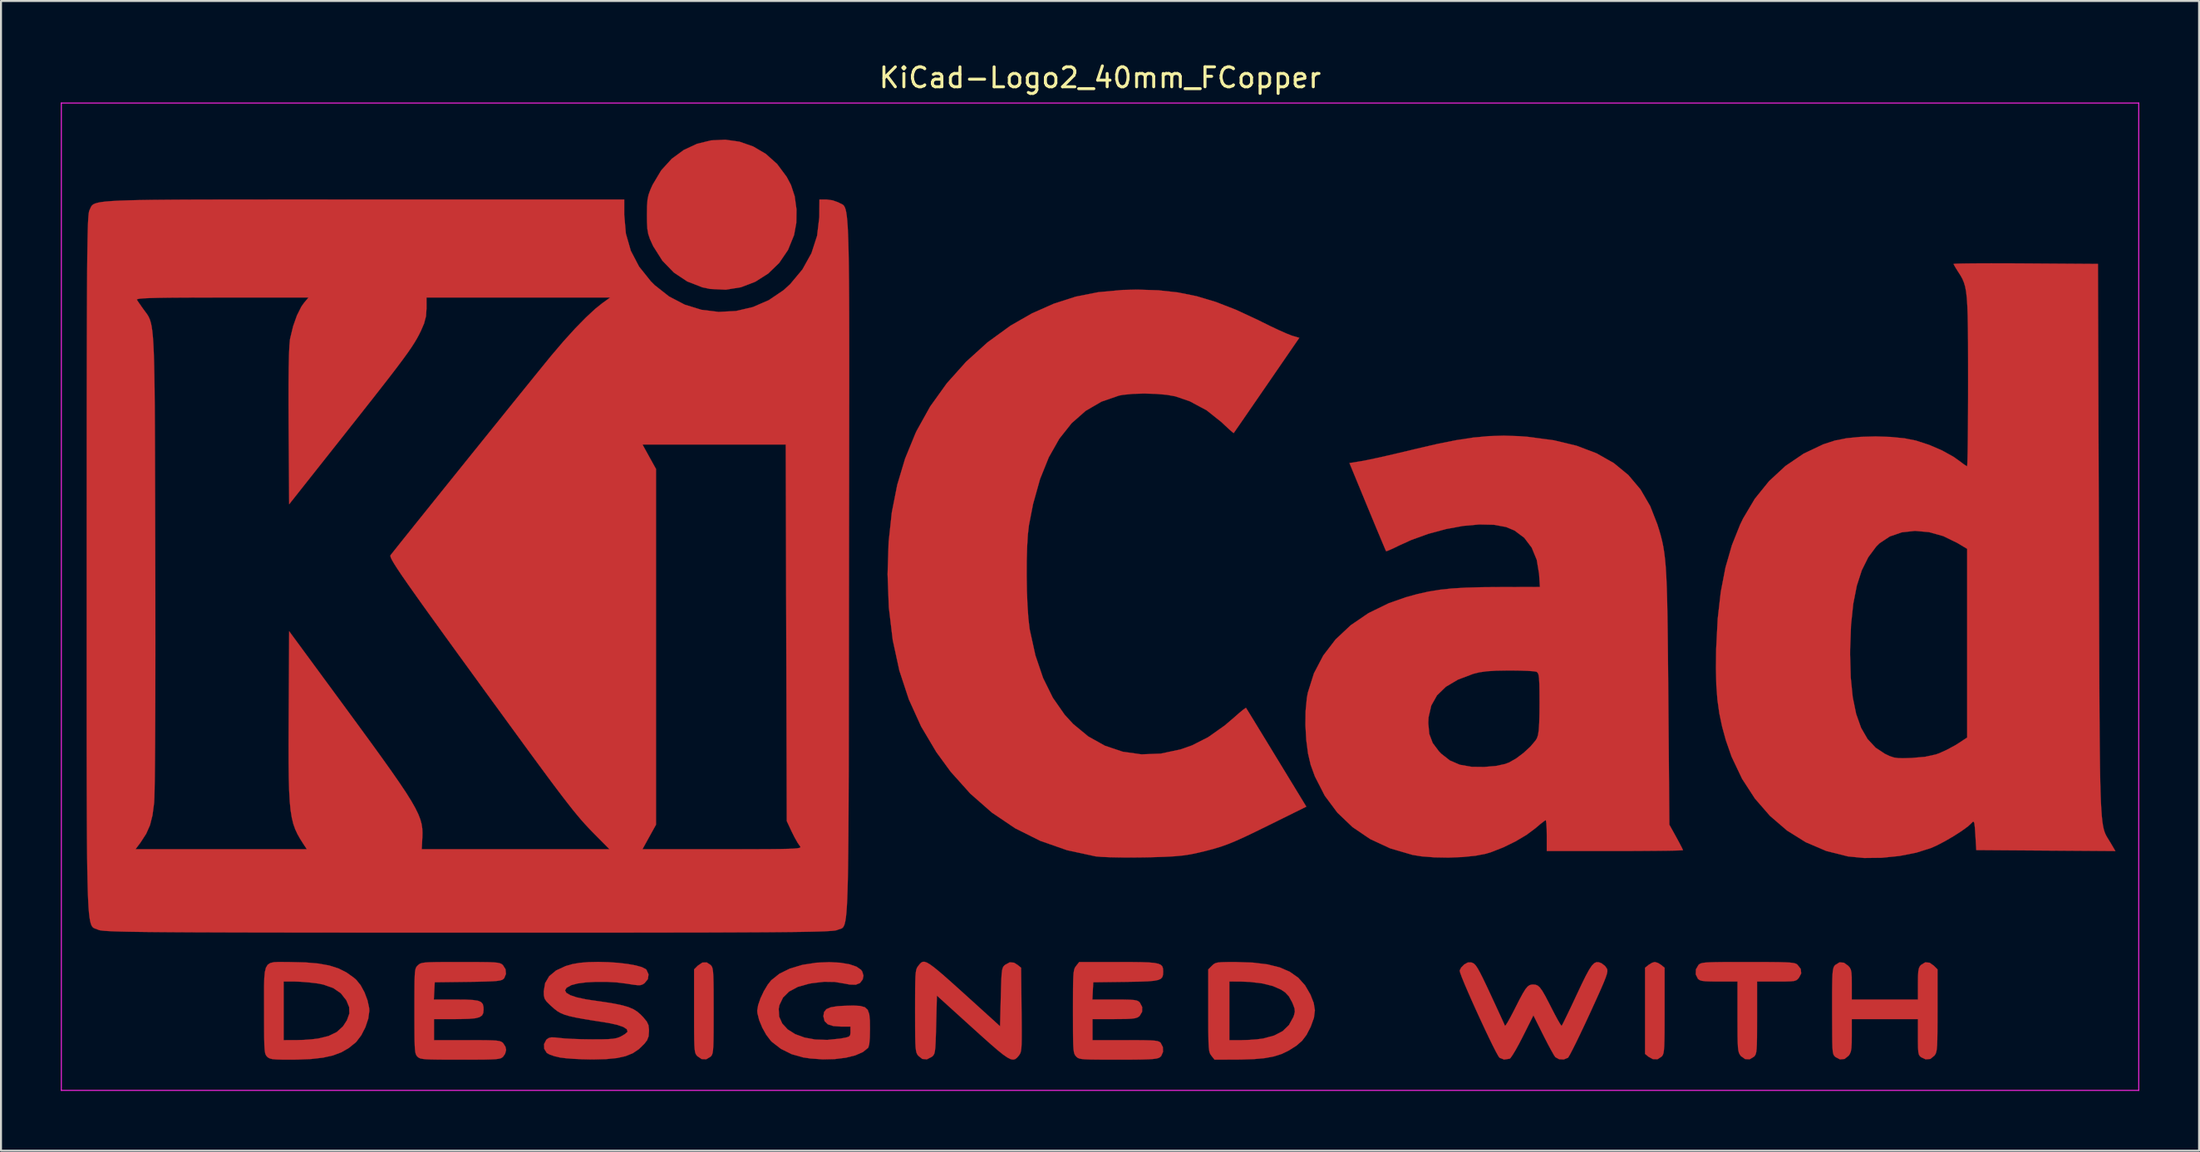
<source format=kicad_pcb>
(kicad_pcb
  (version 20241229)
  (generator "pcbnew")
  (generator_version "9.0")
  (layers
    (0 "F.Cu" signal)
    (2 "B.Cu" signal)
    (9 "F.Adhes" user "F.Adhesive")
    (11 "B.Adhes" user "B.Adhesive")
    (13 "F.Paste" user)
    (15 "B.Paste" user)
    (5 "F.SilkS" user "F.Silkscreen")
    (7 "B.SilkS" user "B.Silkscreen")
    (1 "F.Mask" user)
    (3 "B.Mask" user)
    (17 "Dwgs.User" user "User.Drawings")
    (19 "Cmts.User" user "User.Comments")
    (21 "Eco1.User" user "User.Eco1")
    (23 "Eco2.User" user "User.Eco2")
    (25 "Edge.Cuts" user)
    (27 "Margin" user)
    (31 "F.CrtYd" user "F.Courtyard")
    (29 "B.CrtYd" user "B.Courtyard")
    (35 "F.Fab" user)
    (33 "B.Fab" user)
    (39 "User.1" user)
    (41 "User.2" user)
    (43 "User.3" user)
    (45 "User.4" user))
  (footprint "KiCad-Logo2_40mm_FCopper"
    (layer "F.Cu")
    (at 52.095 23.708)
    (property "Reference" "KiCad-Logo2_40mm_FCopper" (at 0 -22.86 0) (layer "F.SilkS") (effects (font (size 1 1) (thickness 0.15))))
    (attr exclude_from_pos_files exclude_from_bom)
    (fp_poly (pts (xy 27.966 21.545) (xy 28.124 21.644) (xy 28.302 21.788) (xy 28.302 23.935) (xy 28.301 24.563) (xy 28.299 25.057) (xy 28.293 25.436) (xy 28.284 25.717) (xy 28.269 25.917) (xy 28.249 26.054) (xy 28.221 26.146) (xy 28.184 26.209) (xy 28.158 26.24) (xy 27.948 26.377) (xy 27.709 26.371) (xy 27.5 26.255) (xy 27.322 26.11) (xy 27.322 21.788) (xy 27.5 21.644) (xy 27.672 21.539) (xy 27.812 21.5) (xy 27.966 21.545)) (stroke (width 0.01) (type solid)) (fill yes) (layer "F.Cu"))
    (fp_poly (pts (xy -19.521 21.65) (xy -19.477 21.701) (xy -19.443 21.766) (xy -19.417 21.863) (xy -19.398 22.01) (xy -19.385 22.225) (xy -19.377 22.523) (xy -19.372 22.924) (xy -19.371 23.444) (xy -19.37 23.949) (xy -19.371 24.576) (xy -19.373 25.069) (xy -19.378 25.447) (xy -19.387 25.726) (xy -19.401 25.924) (xy -19.421 26.059) (xy -19.449 26.148) (xy -19.486 26.209) (xy -19.521 26.248) (xy -19.741 26.379) (xy -19.976 26.368) (xy -20.186 26.224) (xy -20.235 26.168) (xy -20.272 26.103) (xy -20.301 26.012) (xy -20.321 25.875) (xy -20.335 25.675) (xy -20.344 25.395) (xy -20.348 25.016) (xy -20.35 24.521) (xy -20.35 23.96) (xy -20.35 21.87) (xy -20.165 21.685) (xy -19.937 21.529) (xy -19.716 21.523) (xy -19.521 21.65)) (stroke (width 0.01) (type solid)) (fill yes) (layer "F.Cu"))
    (fp_poly (pts (xy -18.076 -19.651) (xy -17.392 -19.413) (xy -16.756 -19.04) (xy -16.187 -18.531) (xy -15.708 -17.886) (xy -15.493 -17.48) (xy -15.306 -16.911) (xy -15.216 -16.254) (xy -15.226 -15.579) (xy -15.337 -14.968) (xy -15.641 -14.22) (xy -16.081 -13.572) (xy -16.635 -13.035) (xy -17.282 -12.624) (xy -17.998 -12.349) (xy -18.761 -12.225) (xy -19.549 -12.263) (xy -19.938 -12.345) (xy -20.695 -12.64) (xy -21.367 -13.089) (xy -21.938 -13.679) (xy -22.393 -14.397) (xy -22.431 -14.475) (xy -22.564 -14.769) (xy -22.647 -15.017) (xy -22.693 -15.278) (xy -22.711 -15.613) (xy -22.714 -15.977) (xy -22.709 -16.415) (xy -22.686 -16.732) (xy -22.634 -16.987) (xy -22.541 -17.243) (xy -22.426 -17.496) (xy -21.998 -18.213) (xy -21.47 -18.793) (xy -20.864 -19.237) (xy -20.201 -19.545) (xy -19.501 -19.716) (xy -18.786 -19.751) (xy -18.076 -19.651)) (stroke (width 0.01) (type solid)) (fill yes) (layer "F.Cu"))
    (fp_poly (pts (xy 33.136 21.5) (xy 33.662 21.503) (xy 34.07 21.508) (xy 34.376 21.517) (xy 34.599 21.53) (xy 34.753 21.549) (xy 34.856 21.574) (xy 34.924 21.607) (xy 34.957 21.631) (xy 35.128 21.849) (xy 35.149 22.074) (xy 35.043 22.279) (xy 34.974 22.361) (xy 34.9 22.417) (xy 34.792 22.452) (xy 34.622 22.47) (xy 34.363 22.478) (xy 33.986 22.479) (xy 33.911 22.479) (xy 32.937 22.479) (xy 32.937 24.288) (xy 32.936 24.858) (xy 32.934 25.297) (xy 32.927 25.624) (xy 32.915 25.857) (xy 32.896 26.017) (xy 32.869 26.123) (xy 32.833 26.194) (xy 32.786 26.248) (xy 32.566 26.38) (xy 32.337 26.37) (xy 32.129 26.219) (xy 32.113 26.2) (xy 32.064 26.129) (xy 32.026 26.046) (xy 31.998 25.931) (xy 31.979 25.764) (xy 31.967 25.524) (xy 31.96 25.192) (xy 31.958 24.747) (xy 31.957 24.24) (xy 31.957 22.479) (xy 31.027 22.479) (xy 30.628 22.477) (xy 30.351 22.466) (xy 30.17 22.444) (xy 30.056 22.407) (xy 29.981 22.351) (xy 29.972 22.342) (xy 29.862 22.12) (xy 29.872 21.869) (xy 29.998 21.65) (xy 30.046 21.608) (xy 30.109 21.574) (xy 30.202 21.548) (xy 30.343 21.529) (xy 30.548 21.516) (xy 30.834 21.507) (xy 31.217 21.502) (xy 31.714 21.5) (xy 32.343 21.5) (xy 32.477 21.5) (xy 33.136 21.5)) (stroke (width 0.01) (type solid)) (fill yes) (layer "F.Cu"))
    (fp_poly (pts (xy 41.587 21.536) (xy 41.797 21.685) (xy 41.982 21.87) (xy 41.982 23.936) (xy 41.981 24.549) (xy 41.979 25.03) (xy 41.973 25.397) (xy 41.964 25.668) (xy 41.948 25.861) (xy 41.926 25.995) (xy 41.896 26.088) (xy 41.856 26.158) (xy 41.825 26.2) (xy 41.62 26.364) (xy 41.385 26.382) (xy 41.169 26.281) (xy 41.098 26.222) (xy 41.051 26.143) (xy 41.022 26.016) (xy 41.007 25.812) (xy 41.002 25.503) (xy 41.002 25.264) (xy 41.002 24.364) (xy 37.685 24.364) (xy 37.685 25.183) (xy 37.682 25.557) (xy 37.668 25.814) (xy 37.639 25.988) (xy 37.589 26.112) (xy 37.529 26.2) (xy 37.323 26.364) (xy 37.09 26.383) (xy 36.866 26.267) (xy 36.805 26.206) (xy 36.762 26.125) (xy 36.734 25.999) (xy 36.717 25.803) (xy 36.708 25.511) (xy 36.704 25.099) (xy 36.704 25.004) (xy 36.7 24.227) (xy 36.699 23.587) (xy 36.699 23.069) (xy 36.703 22.66) (xy 36.709 22.345) (xy 36.72 22.11) (xy 36.736 21.942) (xy 36.758 21.825) (xy 36.785 21.746) (xy 36.819 21.692) (xy 36.856 21.65) (xy 37.069 21.518) (xy 37.291 21.536) (xy 37.5 21.685) (xy 37.585 21.78) (xy 37.639 21.886) (xy 37.669 22.037) (xy 37.683 22.267) (xy 37.685 22.613) (xy 37.685 22.627) (xy 37.685 23.384) (xy 41.002 23.384) (xy 41.002 22.592) (xy 41.005 22.228) (xy 41.019 21.982) (xy 41.048 21.822) (xy 41.097 21.716) (xy 41.153 21.65) (xy 41.365 21.518) (xy 41.587 21.536)) (stroke (width 0.01) (type solid)) (fill yes) (layer "F.Cu"))
    (fp_poly (pts (xy 6.799 21.501) (xy 7.66 21.53) (xy 8.392 21.618) (xy 9.008 21.771) (xy 9.519 21.994) (xy 9.938 22.291) (xy 10.277 22.669) (xy 10.547 23.133) (xy 10.552 23.144) (xy 10.713 23.559) (xy 10.771 23.926) (xy 10.724 24.296) (xy 10.573 24.718) (xy 10.545 24.782) (xy 10.35 25.158) (xy 10.131 25.448) (xy 9.848 25.695) (xy 9.462 25.94) (xy 9.44 25.953) (xy 9.104 26.114) (xy 8.724 26.235) (xy 8.276 26.319) (xy 7.735 26.37) (xy 7.078 26.393) (xy 6.845 26.395) (xy 5.739 26.399) (xy 5.583 26.2) (xy 5.537 26.135) (xy 5.5 26.059) (xy 5.473 25.953) (xy 5.454 25.8) (xy 5.441 25.581) (xy 5.436 25.419) (xy 6.482 25.419) (xy 7.109 25.419) (xy 7.476 25.408) (xy 7.852 25.38) (xy 8.161 25.34) (xy 8.18 25.337) (xy 8.729 25.189) (xy 9.154 24.968) (xy 9.47 24.663) (xy 9.69 24.263) (xy 9.728 24.157) (xy 9.766 23.992) (xy 9.75 23.829) (xy 9.671 23.612) (xy 9.623 23.505) (xy 9.467 23.222) (xy 9.28 23.023) (xy 9.073 22.885) (xy 8.659 22.704) (xy 8.13 22.574) (xy 7.513 22.499) (xy 7.066 22.482) (xy 6.482 22.479) (xy 6.482 25.419) (xy 5.436 25.419) (xy 5.433 25.278) (xy 5.428 24.873) (xy 5.427 24.347) (xy 5.427 23.936) (xy 5.427 21.87) (xy 5.612 21.685) (xy 5.694 21.61) (xy 5.783 21.558) (xy 5.907 21.526) (xy 6.094 21.509) (xy 6.374 21.502) (xy 6.775 21.501) (xy 6.799 21.501)) (stroke (width 0.01) (type solid)) (fill yes) (layer "F.Cu"))
    (fp_poly (pts (xy -40.87 21.5) (xy -40.606 21.502) (xy -39.834 21.521) (xy -39.187 21.576) (xy -38.643 21.674) (xy -38.181 21.821) (xy -37.779 22.022) (xy -37.413 22.284) (xy -37.283 22.397) (xy -37.067 22.663) (xy -36.871 23.024) (xy -36.721 23.424) (xy -36.639 23.807) (xy -36.63 23.949) (xy -36.684 24.342) (xy -36.827 24.771) (xy -37.035 25.177) (xy -37.281 25.501) (xy -37.321 25.54) (xy -37.66 25.814) (xy -38.031 26.029) (xy -38.455 26.188) (xy -38.954 26.299) (xy -39.55 26.367) (xy -40.264 26.396) (xy -40.59 26.399) (xy -41.006 26.397) (xy -41.298 26.388) (xy -41.494 26.37) (xy -41.622 26.338) (xy -41.709 26.29) (xy -41.755 26.248) (xy -41.799 26.197) (xy -41.834 26.132) (xy -41.86 26.035) (xy -41.879 25.888) (xy -41.892 25.674) (xy -41.9 25.375) (xy -41.904 24.974) (xy -41.906 24.454) (xy -41.906 23.949) (xy -41.908 23.275) (xy -41.908 22.737) (xy -41.901 22.479) (xy -40.926 22.479) (xy -40.926 25.419) (xy -40.305 25.418) (xy -39.93 25.408) (xy -39.539 25.38) (xy -39.212 25.341) (xy -39.202 25.34) (xy -38.673 25.212) (xy -38.263 25.013) (xy -37.952 24.73) (xy -37.753 24.423) (xy -37.631 24.083) (xy -37.641 23.764) (xy -37.783 23.422) (xy -38.06 23.067) (xy -38.444 22.805) (xy -38.943 22.63) (xy -39.276 22.568) (xy -39.655 22.524) (xy -40.056 22.492) (xy -40.397 22.479) (xy -40.418 22.479) (xy -40.926 22.479) (xy -41.901 22.479) (xy -41.897 22.319) (xy -41.869 22.007) (xy -41.814 21.785) (xy -41.726 21.638) (xy -41.595 21.551) (xy -41.414 21.509) (xy -41.175 21.497) (xy -40.87 21.5)) (stroke (width 0.01) (type solid)) (fill yes) (layer "F.Cu"))
    (fp_poly (pts (xy -8.68 21.529) (xy -8.523 21.621) (xy -8.317 21.772) (xy -8.052 21.989) (xy -7.718 22.278) (xy -7.303 22.648) (xy -6.797 23.104) (xy -6.218 23.629) (xy -5.012 24.723) (xy -4.974 23.255) (xy -4.961 22.75) (xy -4.948 22.374) (xy -4.932 22.105) (xy -4.911 21.921) (xy -4.882 21.802) (xy -4.842 21.724) (xy -4.788 21.667) (xy -4.759 21.643) (xy -4.528 21.517) (xy -4.309 21.535) (xy -4.135 21.644) (xy -3.957 21.788) (xy -3.935 23.89) (xy -3.929 24.509) (xy -3.926 24.995) (xy -3.927 25.366) (xy -3.933 25.641) (xy -3.945 25.838) (xy -3.965 25.974) (xy -3.993 26.069) (xy -4.031 26.139) (xy -4.072 26.196) (xy -4.162 26.301) (xy -4.252 26.371) (xy -4.354 26.397) (xy -4.48 26.374) (xy -4.643 26.292) (xy -4.856 26.145) (xy -5.13 25.925) (xy -5.478 25.625) (xy -5.914 25.237) (xy -6.407 24.791) (xy -8.178 23.185) (xy -8.215 24.648) (xy -8.229 25.152) (xy -8.242 25.527) (xy -8.258 25.796) (xy -8.279 25.978) (xy -8.308 26.097) (xy -8.349 26.175) (xy -8.403 26.232) (xy -8.431 26.255) (xy -8.678 26.382) (xy -8.911 26.363) (xy -9.114 26.2) (xy -9.161 26.135) (xy -9.197 26.058) (xy -9.224 25.952) (xy -9.244 25.799) (xy -9.257 25.579) (xy -9.265 25.275) (xy -9.269 24.868) (xy -9.27 24.34) (xy -9.271 23.949) (xy -9.27 23.338) (xy -9.268 22.859) (xy -9.262 22.494) (xy -9.253 22.225) (xy -9.237 22.033) (xy -9.215 21.9) (xy -9.184 21.808) (xy -9.144 21.738) (xy -9.114 21.698) (xy -9.039 21.604) (xy -8.969 21.533) (xy -8.892 21.492) (xy -8.8 21.488) (xy -8.68 21.529)) (stroke (width 0.01) (type solid)) (fill yes) (layer "F.Cu"))
    (fp_poly (pts (xy -13.02 21.536) (xy -12.562 21.613) (xy -12.211 21.733) (xy -11.982 21.89) (xy -11.92 21.979) (xy -11.857 22.188) (xy -11.899 22.376) (xy -12.034 22.555) (xy -12.243 22.639) (xy -12.546 22.632) (xy -12.781 22.587) (xy -13.302 22.5) (xy -13.835 22.492) (xy -14.432 22.562) (xy -14.596 22.592) (xy -15.151 22.748) (xy -15.585 22.981) (xy -15.893 23.286) (xy -16.071 23.659) (xy -16.108 23.852) (xy -16.084 24.243) (xy -15.928 24.59) (xy -15.655 24.884) (xy -15.279 25.12) (xy -14.814 25.29) (xy -14.273 25.389) (xy -13.673 25.408) (xy -13.025 25.342) (xy -12.989 25.336) (xy -12.731 25.288) (xy -12.589 25.241) (xy -12.527 25.173) (xy -12.512 25.058) (xy -12.512 24.997) (xy -12.512 24.741) (xy -12.969 24.741) (xy -13.372 24.713) (xy -13.648 24.625) (xy -13.808 24.468) (xy -13.866 24.236) (xy -13.867 24.206) (xy -13.833 24.007) (xy -13.717 23.865) (xy -13.5 23.772) (xy -13.164 23.717) (xy -12.84 23.697) (xy -12.368 23.685) (xy -12.026 23.703) (xy -11.792 23.768) (xy -11.647 23.898) (xy -11.569 24.113) (xy -11.537 24.429) (xy -11.532 24.845) (xy -11.541 25.308) (xy -11.569 25.624) (xy -11.617 25.792) (xy -11.626 25.805) (xy -11.886 26.016) (xy -12.267 26.183) (xy -12.745 26.302) (xy -13.295 26.37) (xy -13.895 26.384) (xy -14.519 26.34) (xy -14.886 26.286) (xy -15.461 26.123) (xy -15.996 25.857) (xy -16.444 25.511) (xy -16.512 25.442) (xy -16.733 25.151) (xy -16.933 24.791) (xy -17.088 24.414) (xy -17.174 24.071) (xy -17.185 23.94) (xy -17.14 23.665) (xy -17.022 23.323) (xy -16.854 22.964) (xy -16.657 22.635) (xy -16.483 22.416) (xy -16.076 22.09) (xy -15.549 21.83) (xy -14.923 21.643) (xy -14.215 21.534) (xy -13.567 21.507) (xy -13.02 21.536)) (stroke (width 0.01) (type solid)) (fill yes) (layer "F.Cu"))
    (fp_poly (pts (xy 1.538 21.501) (xy 2.048 21.507) (xy 2.438 21.521) (xy 2.726 21.547) (xy 2.926 21.588) (xy 3.054 21.647) (xy 3.126 21.727) (xy 3.158 21.833) (xy 3.166 21.966) (xy 3.166 21.982) (xy 3.159 22.133) (xy 3.127 22.25) (xy 3.053 22.338) (xy 2.92 22.4) (xy 2.71 22.442) (xy 2.405 22.469) (xy 1.989 22.485) (xy 1.444 22.494) (xy 1.277 22.497) (xy -0.339 22.517) (xy -0.362 22.95) (xy -0.384 23.384) (xy 0.738 23.384) (xy 1.177 23.385) (xy 1.49 23.392) (xy 1.703 23.407) (xy 1.841 23.434) (xy 1.93 23.474) (xy 1.995 23.532) (xy 1.995 23.532) (xy 2.112 23.757) (xy 2.108 23.999) (xy 1.985 24.206) (xy 1.961 24.227) (xy 1.874 24.282) (xy 1.756 24.32) (xy 1.579 24.344) (xy 1.318 24.358) (xy 0.946 24.363) (xy 0.708 24.364) (xy -0.377 24.364) (xy -0.377 25.419) (xy 1.27 25.419) (xy 1.813 25.42) (xy 2.226 25.424) (xy 2.528 25.432) (xy 2.739 25.446) (xy 2.879 25.468) (xy 2.968 25.5) (xy 3.026 25.541) (xy 3.041 25.557) (xy 3.149 25.767) (xy 3.157 26.007) (xy 3.068 26.215) (xy 2.998 26.281) (xy 2.925 26.318) (xy 2.812 26.346) (xy 2.641 26.368) (xy 2.395 26.382) (xy 2.055 26.392) (xy 1.603 26.397) (xy 1.022 26.399) (xy 0.891 26.399) (xy 0.3 26.398) (xy -0.159 26.396) (xy -0.504 26.391) (xy -0.753 26.381) (xy -0.927 26.365) (xy -1.042 26.341) (xy -1.118 26.308) (xy -1.173 26.265) (xy -1.203 26.234) (xy -1.248 26.179) (xy -1.284 26.11) (xy -1.311 26.011) (xy -1.33 25.863) (xy -1.343 25.648) (xy -1.351 25.348) (xy -1.355 24.946) (xy -1.356 24.423) (xy -1.357 23.983) (xy -1.356 23.366) (xy -1.354 22.882) (xy -1.349 22.512) (xy -1.339 22.239) (xy -1.324 22.043) (xy -1.302 21.907) (xy -1.273 21.813) (xy -1.234 21.743) (xy -1.2 21.698) (xy -1.044 21.5) (xy 0.893 21.5) (xy 1.538 21.501)) (stroke (width 0.01) (type solid)) (fill yes) (layer "F.Cu"))
    (fp_poly (pts (xy -31.465 21.5) (xy -31.002 21.503) (xy -30.652 21.508) (xy -30.397 21.519) (xy -30.219 21.535) (xy -30.099 21.559) (xy -30.018 21.591) (xy -29.958 21.634) (xy -29.936 21.653) (xy -29.804 21.861) (xy -29.781 22.099) (xy -29.868 22.31) (xy -29.908 22.353) (xy -29.973 22.395) (xy -30.077 22.427) (xy -30.241 22.451) (xy -30.483 22.468) (xy -30.823 22.481) (xy -31.28 22.491) (xy -31.698 22.497) (xy -33.352 22.517) (xy -33.374 22.95) (xy -33.397 23.384) (xy -32.274 23.384) (xy -31.787 23.388) (xy -31.43 23.406) (xy -31.184 23.444) (xy -31.028 23.511) (xy -30.942 23.613) (xy -30.907 23.759) (xy -30.902 23.894) (xy -30.919 24.06) (xy -30.981 24.182) (xy -31.109 24.267) (xy -31.321 24.322) (xy -31.636 24.351) (xy -32.074 24.363) (xy -32.313 24.364) (xy -33.389 24.364) (xy -33.389 25.419) (xy -31.731 25.419) (xy -31.188 25.42) (xy -30.775 25.423) (xy -30.472 25.431) (xy -30.259 25.444) (xy -30.115 25.466) (xy -30.021 25.497) (xy -29.955 25.539) (xy -29.922 25.57) (xy -29.808 25.749) (xy -29.772 25.909) (xy -29.824 26.104) (xy -29.922 26.248) (xy -29.975 26.293) (xy -30.042 26.329) (xy -30.144 26.355) (xy -30.296 26.374) (xy -30.519 26.386) (xy -30.83 26.394) (xy -31.247 26.397) (xy -31.789 26.399) (xy -32.07 26.399) (xy -32.672 26.398) (xy -33.142 26.396) (xy -33.497 26.39) (xy -33.756 26.38) (xy -33.938 26.364) (xy -34.059 26.341) (xy -34.139 26.31) (xy -34.196 26.269) (xy -34.218 26.248) (xy -34.262 26.197) (xy -34.297 26.132) (xy -34.323 26.034) (xy -34.342 25.887) (xy -34.355 25.672) (xy -34.363 25.372) (xy -34.367 24.97) (xy -34.369 24.448) (xy -34.369 23.962) (xy -34.369 23.34) (xy -34.367 22.851) (xy -34.363 22.477) (xy -34.355 22.201) (xy -34.341 22.006) (xy -34.321 21.873) (xy -34.293 21.785) (xy -34.255 21.725) (xy -34.207 21.675) (xy -34.195 21.663) (xy -34.137 21.614) (xy -34.07 21.575) (xy -33.974 21.547) (xy -33.833 21.526) (xy -33.626 21.513) (xy -33.335 21.505) (xy -32.941 21.501) (xy -32.426 21.5) (xy -32.061 21.5) (xy -31.465 21.5)) (stroke (width 0.01) (type solid)) (fill yes) (layer "F.Cu"))
    (fp_poly (pts (xy 25.001 21.513) (xy 25.132 21.559) (xy 25.137 21.562) (xy 25.315 21.697) (xy 25.413 21.837) (xy 25.432 21.902) (xy 25.431 21.989) (xy 25.404 22.113) (xy 25.345 22.289) (xy 25.249 22.532) (xy 25.108 22.859) (xy 24.918 23.284) (xy 24.673 23.823) (xy 24.538 24.118) (xy 24.293 24.644) (xy 24.064 25.127) (xy 23.859 25.551) (xy 23.686 25.897) (xy 23.554 26.148) (xy 23.472 26.285) (xy 23.456 26.304) (xy 23.249 26.388) (xy 23.015 26.377) (xy 22.827 26.275) (xy 22.82 26.267) (xy 22.745 26.154) (xy 22.62 25.933) (xy 22.459 25.634) (xy 22.279 25.285) (xy 22.214 25.156) (xy 21.726 24.177) (xy 21.193 25.241) (xy 21.003 25.608) (xy 20.827 25.927) (xy 20.678 26.172) (xy 20.573 26.32) (xy 20.537 26.351) (xy 20.258 26.394) (xy 20.029 26.304) (xy 19.961 26.209) (xy 19.844 25.997) (xy 19.687 25.689) (xy 19.5 25.307) (xy 19.293 24.87) (xy 19.074 24.4) (xy 18.853 23.918) (xy 18.64 23.444) (xy 18.445 23) (xy 18.276 22.606) (xy 18.144 22.283) (xy 18.059 22.053) (xy 18.028 21.935) (xy 18.029 21.931) (xy 18.102 21.782) (xy 18.25 21.631) (xy 18.258 21.624) (xy 18.44 21.522) (xy 18.607 21.523) (xy 18.67 21.542) (xy 18.747 21.584) (xy 18.828 21.666) (xy 18.924 21.806) (xy 19.044 22.02) (xy 19.198 22.325) (xy 19.396 22.739) (xy 19.574 23.121) (xy 19.779 23.564) (xy 19.963 23.962) (xy 20.116 24.295) (xy 20.229 24.541) (xy 20.291 24.681) (xy 20.3 24.703) (xy 20.341 24.667) (xy 20.436 24.518) (xy 20.571 24.276) (xy 20.734 23.965) (xy 20.799 23.836) (xy 21.019 23.402) (xy 21.189 23.086) (xy 21.322 22.869) (xy 21.433 22.734) (xy 21.535 22.661) (xy 21.643 22.633) (xy 21.713 22.63) (xy 21.837 22.641) (xy 21.945 22.686) (xy 22.053 22.785) (xy 22.175 22.955) (xy 22.325 23.215) (xy 22.518 23.585) (xy 22.625 23.795) (xy 22.798 24.13) (xy 22.948 24.408) (xy 23.064 24.605) (xy 23.131 24.698) (xy 23.14 24.702) (xy 23.183 24.629) (xy 23.279 24.439) (xy 23.419 24.151) (xy 23.594 23.787) (xy 23.792 23.365) (xy 23.89 23.155) (xy 24.144 22.615) (xy 24.349 22.199) (xy 24.515 21.893) (xy 24.652 21.686) (xy 24.772 21.562) (xy 24.885 21.509) (xy 25.001 21.513)) (stroke (width 0.01) (type solid)) (fill yes) (layer "F.Cu"))
    (fp_poly (pts (xy -24.648 21.508) (xy -24.148 21.543) (xy -23.684 21.598) (xy -23.281 21.67) (xy -22.967 21.757) (xy -22.77 21.858) (xy -22.739 21.888) (xy -22.634 22.119) (xy -22.666 22.356) (xy -22.83 22.559) (xy -22.837 22.565) (xy -22.934 22.627) (xy -23.034 22.66) (xy -23.174 22.664) (xy -23.39 22.64) (xy -23.716 22.588) (xy -23.742 22.584) (xy -24.227 22.524) (xy -24.751 22.495) (xy -25.277 22.495) (xy -25.767 22.522) (xy -26.186 22.577) (xy -26.495 22.658) (xy -26.515 22.666) (xy -26.74 22.792) (xy -26.819 22.919) (xy -26.757 23.044) (xy -26.56 23.164) (xy -26.232 23.274) (xy -25.778 23.371) (xy -25.475 23.418) (xy -24.847 23.508) (xy -24.346 23.59) (xy -23.954 23.672) (xy -23.647 23.76) (xy -23.405 23.862) (xy -23.207 23.985) (xy -23.03 24.135) (xy -22.889 24.283) (xy -22.721 24.489) (xy -22.638 24.666) (xy -22.612 24.884) (xy -22.611 24.964) (xy -22.631 25.229) (xy -22.708 25.427) (xy -22.843 25.602) (xy -23.116 25.869) (xy -23.42 26.074) (xy -23.779 26.221) (xy -24.214 26.318) (xy -24.748 26.371) (xy -25.405 26.388) (xy -25.513 26.388) (xy -25.951 26.378) (xy -26.385 26.358) (xy -26.768 26.329) (xy -27.053 26.294) (xy -27.076 26.29) (xy -27.359 26.223) (xy -27.599 26.138) (xy -27.735 26.06) (xy -27.862 25.856) (xy -27.871 25.618) (xy -27.762 25.406) (xy -27.737 25.382) (xy -27.636 25.311) (xy -27.51 25.28) (xy -27.315 25.285) (xy -27.078 25.312) (xy -26.813 25.337) (xy -26.441 25.357) (xy -26.008 25.372) (xy -25.556 25.379) (xy -25.438 25.38) (xy -24.985 25.378) (xy -24.653 25.369) (xy -24.414 25.35) (xy -24.237 25.318) (xy -24.095 25.27) (xy -24.01 25.23) (xy -23.822 25.119) (xy -23.702 25.019) (xy -23.685 24.99) (xy -23.722 24.873) (xy -23.897 24.759) (xy -24.199 24.654) (xy -24.615 24.563) (xy -24.738 24.542) (xy -25.378 24.442) (xy -25.889 24.358) (xy -26.291 24.284) (xy -26.602 24.215) (xy -26.844 24.143) (xy -27.035 24.064) (xy -27.196 23.971) (xy -27.345 23.858) (xy -27.503 23.718) (xy -27.557 23.669) (xy -27.743 23.487) (xy -27.842 23.342) (xy -27.881 23.176) (xy -27.887 22.968) (xy -27.818 22.559) (xy -27.613 22.211) (xy -27.271 21.926) (xy -26.795 21.705) (xy -26.455 21.606) (xy -26.086 21.542) (xy -25.644 21.505) (xy -25.155 21.495) (xy -24.648 21.508)) (stroke (width 0.01) (type solid)) (fill yes) (layer "F.Cu"))
    (fp_poly (pts (xy 2.917 -12.197) (xy 3.899 -12.09) (xy 4.85 -11.898) (xy 5.809 -11.61) (xy 6.815 -11.218) (xy 7.907 -10.711) (xy 8.103 -10.613) (xy 8.554 -10.39) (xy 8.98 -10.19) (xy 9.338 -10.031) (xy 9.586 -9.933) (xy 9.624 -9.92) (xy 9.989 -9.811) (xy 8.354 -7.432) (xy 7.954 -6.85) (xy 7.588 -6.319) (xy 7.27 -5.856) (xy 7.01 -5.479) (xy 6.822 -5.207) (xy 6.718 -5.057) (xy 6.701 -5.033) (xy 6.632 -5.083) (xy 6.463 -5.232) (xy 6.223 -5.454) (xy 6.091 -5.58) (xy 5.343 -6.175) (xy 4.502 -6.627) (xy 3.778 -6.875) (xy 3.343 -6.953) (xy 2.799 -7) (xy 2.209 -7.016) (xy 1.638 -7) (xy 1.148 -6.951) (xy 0.953 -6.914) (xy 0.074 -6.611) (xy -0.719 -6.149) (xy -1.424 -5.528) (xy -2.041 -4.75) (xy -2.569 -3.815) (xy -3.008 -2.723) (xy -3.356 -1.477) (xy -3.564 -0.41) (xy -3.618 0.061) (xy -3.655 0.67) (xy -3.675 1.372) (xy -3.678 2.125) (xy -3.666 2.883) (xy -3.637 3.605) (xy -3.593 4.245) (xy -3.534 4.76) (xy -3.521 4.839) (xy -3.239 6.12) (xy -2.855 7.253) (xy -2.366 8.244) (xy -1.771 9.098) (xy -1.348 9.559) (xy -0.588 10.186) (xy 0.245 10.651) (xy 1.138 10.951) (xy 2.076 11.083) (xy 3.045 11.046) (xy 4.031 10.837) (xy 4.614 10.632) (xy 5.422 10.221) (xy 6.253 9.633) (xy 6.719 9.235) (xy 6.981 9.004) (xy 7.187 8.835) (xy 7.304 8.754) (xy 7.318 8.751) (xy 7.37 8.835) (xy 7.506 9.054) (xy 7.713 9.392) (xy 7.979 9.829) (xy 8.295 10.346) (xy 8.647 10.924) (xy 8.843 11.246) (xy 10.342 13.707) (xy 8.471 14.632) (xy 7.795 14.964) (xy 7.247 15.226) (xy 6.794 15.43) (xy 6.402 15.591) (xy 6.039 15.72) (xy 5.67 15.831) (xy 5.262 15.937) (xy 4.871 16.03) (xy 4.523 16.102) (xy 4.159 16.156) (xy 3.744 16.196) (xy 3.239 16.224) (xy 2.609 16.244) (xy 2.185 16.252) (xy 1.579 16.258) (xy 0.999 16.255) (xy 0.481 16.245) (xy 0.066 16.227) (xy -0.209 16.202) (xy -0.226 16.2) (xy -1.656 15.891) (xy -2.999 15.421) (xy -4.254 14.793) (xy -5.421 14.005) (xy -6.499 13.058) (xy -7.489 11.953) (xy -8.206 10.97) (xy -8.969 9.684) (xy -9.585 8.326) (xy -10.059 6.885) (xy -10.392 5.35) (xy -10.588 3.711) (xy -10.65 2.046) (xy -10.599 0.435) (xy -10.439 -1.051) (xy -10.166 -2.437) (xy -9.774 -3.749) (xy -9.257 -5.012) (xy -9.196 -5.142) (xy -8.516 -6.365) (xy -7.682 -7.529) (xy -6.716 -8.609) (xy -5.643 -9.582) (xy -4.485 -10.424) (xy -3.407 -11.041) (xy -2.317 -11.524) (xy -1.225 -11.875) (xy -0.089 -12.101) (xy 1.135 -12.213) (xy 1.866 -12.23) (xy 2.917 -12.197)) (stroke (width 0.01) (type solid)) (fill yes) (layer "F.Cu"))
    (fp_poly (pts (xy 45.37 -13.548) (xy 46.144 -13.545) (xy 46.407 -13.543) (xy 50.026 -13.519) (xy 50.072 0.364) (xy 50.078 2.247) (xy 50.083 3.956) (xy 50.088 5.501) (xy 50.093 6.891) (xy 50.098 8.133) (xy 50.104 9.238) (xy 50.111 10.214) (xy 50.12 11.07) (xy 50.13 11.814) (xy 50.142 12.456) (xy 50.157 13.005) (xy 50.174 13.468) (xy 50.195 13.855) (xy 50.219 14.176) (xy 50.246 14.438) (xy 50.278 14.651) (xy 50.314 14.823) (xy 50.355 14.963) (xy 50.401 15.08) (xy 50.453 15.184) (xy 50.511 15.282) (xy 50.574 15.384) (xy 50.644 15.498) (xy 50.659 15.522) (xy 50.9 15.934) (xy 43.927 15.886) (xy 43.881 15.12) (xy 43.856 14.753) (xy 43.83 14.54) (xy 43.795 14.456) (xy 43.743 14.473) (xy 43.699 14.522) (xy 43.507 14.699) (xy 43.195 14.926) (xy 42.806 15.177) (xy 42.384 15.424) (xy 41.974 15.64) (xy 41.659 15.782) (xy 40.921 16.015) (xy 40.074 16.181) (xy 39.181 16.272) (xy 38.304 16.282) (xy 37.506 16.205) (xy 37.493 16.203) (xy 36.401 15.929) (xy 35.379 15.492) (xy 34.436 14.903) (xy 33.583 14.169) (xy 32.829 13.301) (xy 32.185 12.308) (xy 31.659 11.2) (xy 31.373 10.378) (xy 31.185 9.691) (xy 31.045 9.026) (xy 30.949 8.342) (xy 30.894 7.599) (xy 30.875 6.757) (xy 30.883 6.069) (xy 37.601 6.069) (xy 37.633 7.222) (xy 37.733 8.215) (xy 37.905 9.055) (xy 38.152 9.752) (xy 38.476 10.314) (xy 38.881 10.75) (xy 39.348 11.058) (xy 39.592 11.173) (xy 39.803 11.242) (xy 40.038 11.274) (xy 40.354 11.276) (xy 40.695 11.264) (xy 41.364 11.205) (xy 41.894 11.089) (xy 42.06 11.031) (xy 42.44 10.86) (xy 42.841 10.645) (xy 43.016 10.538) (xy 43.471 10.239) (xy 43.471 0.776) (xy 42.971 0.476) (xy 42.272 0.136) (xy 41.559 -0.064) (xy 40.856 -0.127) (xy 40.191 -0.054) (xy 39.589 0.154) (xy 39.075 0.496) (xy 38.91 0.66) (xy 38.511 1.197) (xy 38.188 1.848) (xy 37.938 2.623) (xy 37.759 3.534) (xy 37.648 4.591) (xy 37.603 5.807) (xy 37.601 6.069) (xy 30.883 6.069) (xy 30.887 5.783) (xy 30.964 4.284) (xy 31.118 2.932) (xy 31.354 1.708) (xy 31.676 0.59) (xy 32.087 -0.439) (xy 32.234 -0.744) (xy 32.825 -1.739) (xy 33.54 -2.623) (xy 34.361 -3.383) (xy 35.272 -4.002) (xy 36.255 -4.469) (xy 36.845 -4.661) (xy 37.424 -4.775) (xy 38.121 -4.843) (xy 38.877 -4.865) (xy 39.634 -4.84) (xy 40.333 -4.77) (xy 40.895 -4.659) (xy 41.563 -4.442) (xy 42.211 -4.162) (xy 42.777 -3.849) (xy 43.079 -3.636) (xy 43.287 -3.478) (xy 43.433 -3.382) (xy 43.466 -3.368) (xy 43.476 -3.457) (xy 43.486 -3.709) (xy 43.495 -4.108) (xy 43.502 -4.635) (xy 43.508 -5.273) (xy 43.513 -6.005) (xy 43.516 -6.811) (xy 43.517 -7.633) (xy 43.516 -8.685) (xy 43.514 -9.572) (xy 43.507 -10.311) (xy 43.496 -10.919) (xy 43.478 -11.413) (xy 43.452 -11.809) (xy 43.416 -12.125) (xy 43.369 -12.378) (xy 43.308 -12.584) (xy 43.234 -12.762) (xy 43.144 -12.926) (xy 43.036 -13.096) (xy 43.022 -13.117) (xy 42.884 -13.336) (xy 42.8 -13.487) (xy 42.789 -13.518) (xy 42.876 -13.528) (xy 43.127 -13.537) (xy 43.521 -13.543) (xy 44.039 -13.547) (xy 44.662 -13.549) (xy 45.37 -13.548)) (stroke (width 0.01) (type solid)) (fill yes) (layer "F.Cu"))
    (fp_poly (pts (xy 21.003 -4.879) (xy 21.454 -4.845) (xy 22.745 -4.673) (xy 23.888 -4.399) (xy 24.889 -4.019) (xy 25.753 -3.53) (xy 26.486 -2.927) (xy 27.094 -2.207) (xy 27.583 -1.365) (xy 27.939 -0.455) (xy 28.03 -0.165) (xy 28.109 0.107) (xy 28.177 0.375) (xy 28.235 0.654) (xy 28.284 0.958) (xy 28.325 1.303) (xy 28.36 1.702) (xy 28.388 2.171) (xy 28.411 2.723) (xy 28.43 3.374) (xy 28.445 4.139) (xy 28.458 5.031) (xy 28.469 6.066) (xy 28.48 7.259) (xy 28.488 8.194) (xy 28.541 14.612) (xy 28.882 15.229) (xy 29.044 15.527) (xy 29.164 15.758) (xy 29.222 15.881) (xy 29.224 15.89) (xy 29.136 15.899) (xy 28.886 15.908) (xy 28.494 15.916) (xy 27.979 15.922) (xy 27.362 15.927) (xy 26.663 15.931) (xy 25.901 15.932) (xy 25.81 15.932) (xy 22.396 15.932) (xy 22.396 15.158) (xy 22.39 14.808) (xy 22.374 14.541) (xy 22.352 14.398) (xy 22.342 14.384) (xy 22.252 14.44) (xy 22.066 14.586) (xy 21.824 14.791) (xy 21.819 14.795) (xy 21.378 15.124) (xy 20.82 15.454) (xy 20.21 15.752) (xy 19.61 15.988) (xy 19.346 16.068) (xy 18.82 16.17) (xy 18.175 16.235) (xy 17.469 16.263) (xy 16.762 16.251) (xy 16.113 16.2) (xy 15.659 16.126) (xy 14.545 15.799) (xy 13.542 15.333) (xy 12.657 14.733) (xy 11.896 14.006) (xy 11.265 13.158) (xy 10.772 12.193) (xy 10.559 11.608) (xy 10.426 11.039) (xy 10.338 10.356) (xy 10.297 9.622) (xy 10.298 9.515) (xy 16.455 9.515) (xy 16.506 10.06) (xy 16.676 10.513) (xy 16.991 10.934) (xy 17.111 11.057) (xy 17.54 11.391) (xy 18.036 11.604) (xy 18.63 11.708) (xy 19.256 11.715) (xy 19.849 11.665) (xy 20.304 11.567) (xy 20.501 11.493) (xy 20.857 11.292) (xy 21.233 11.009) (xy 21.577 10.691) (xy 21.834 10.386) (xy 21.902 10.274) (xy 21.955 10.117) (xy 21.993 9.868) (xy 22.017 9.502) (xy 22.029 8.996) (xy 22.032 8.514) (xy 22.03 7.952) (xy 22.023 7.546) (xy 22.008 7.269) (xy 21.983 7.094) (xy 21.944 6.996) (xy 21.889 6.947) (xy 21.872 6.939) (xy 21.725 6.915) (xy 21.435 6.895) (xy 21.042 6.882) (xy 20.583 6.876) (xy 20.484 6.876) (xy 19.871 6.886) (xy 19.398 6.915) (xy 19.022 6.967) (xy 18.711 7.044) (xy 17.941 7.335) (xy 17.337 7.693) (xy 16.893 8.124) (xy 16.606 8.633) (xy 16.469 9.227) (xy 16.455 9.515) (xy 10.298 9.515) (xy 10.306 8.899) (xy 10.368 8.252) (xy 10.416 7.991) (xy 10.722 7.02) (xy 11.189 6.127) (xy 11.806 5.32) (xy 12.565 4.607) (xy 13.458 3.998) (xy 14.475 3.501) (xy 15.34 3.199) (xy 15.918 3.04) (xy 16.471 2.917) (xy 17.034 2.825) (xy 17.644 2.761) (xy 18.337 2.72) (xy 19.147 2.698) (xy 19.88 2.692) (xy 22.052 2.686) (xy 22.01 2.033) (xy 21.892 1.324) (xy 21.641 0.715) (xy 21.267 0.221) (xy 20.781 -0.143) (xy 20.354 -0.321) (xy 19.741 -0.433) (xy 19.011 -0.449) (xy 18.199 -0.375) (xy 17.339 -0.217) (xy 16.465 0.019) (xy 15.61 0.327) (xy 14.989 0.609) (xy 14.691 0.754) (xy 14.463 0.855) (xy 14.347 0.895) (xy 14.341 0.893) (xy 14.301 0.805) (xy 14.201 0.571) (xy 14.051 0.213) (xy 13.859 -0.246) (xy 13.636 -0.784) (xy 13.409 -1.332) (xy 12.503 -3.529) (xy 13.148 -3.635) (xy 13.427 -3.688) (xy 13.847 -3.777) (xy 14.372 -3.894) (xy 14.965 -4.032) (xy 15.592 -4.181) (xy 15.841 -4.241) (xy 16.919 -4.491) (xy 17.864 -4.679) (xy 18.709 -4.808) (xy 19.491 -4.881) (xy 20.243 -4.904) (xy 21.003 -4.879)) (stroke (width 0.01) (type solid)) (fill yes) (layer "F.Cu"))
    (fp_poly (pts (xy -39.491 -16.752) (xy -37.737 -16.751) (xy -36.921 -16.751) (xy -23.852 -16.751) (xy -23.852 -15.981) (xy -23.77 -15.043) (xy -23.522 -14.179) (xy -23.106 -13.382) (xy -22.519 -12.648) (xy -22.32 -12.449) (xy -21.606 -11.887) (xy -20.819 -11.476) (xy -19.982 -11.218) (xy -19.118 -11.112) (xy -18.251 -11.157) (xy -17.405 -11.354) (xy -16.602 -11.703) (xy -15.866 -12.202) (xy -15.535 -12.503) (xy -14.919 -13.242) (xy -14.468 -14.054) (xy -14.184 -14.931) (xy -14.073 -15.863) (xy -14.071 -15.955) (xy -14.066 -16.751) (xy -13.715 -16.751) (xy -13.405 -16.709) (xy -13.121 -16.607) (xy -13.102 -16.596) (xy -13.038 -16.563) (xy -12.98 -16.537) (xy -12.926 -16.511) (xy -12.877 -16.477) (xy -12.832 -16.428) (xy -12.792 -16.356) (xy -12.756 -16.254) (xy -12.724 -16.114) (xy -12.696 -15.928) (xy -12.672 -15.689) (xy -12.65 -15.39) (xy -12.632 -15.023) (xy -12.617 -14.58) (xy -12.604 -14.054) (xy -12.594 -13.438) (xy -12.586 -12.723) (xy -12.58 -11.902) (xy -12.576 -10.968) (xy -12.574 -9.913) (xy -12.573 -8.73) (xy -12.573 -7.411) (xy -12.575 -5.948) (xy -12.577 -4.335) (xy -12.579 -2.562) (xy -12.582 -0.624) (xy -12.585 1.488) (xy -12.585 1.745) (xy -12.588 3.871) (xy -12.59 5.822) (xy -12.592 7.606) (xy -12.595 9.23) (xy -12.597 10.703) (xy -12.6 12.031) (xy -12.604 13.223) (xy -12.609 14.285) (xy -12.615 15.225) (xy -12.623 16.051) (xy -12.632 16.77) (xy -12.644 17.391) (xy -12.658 17.919) (xy -12.674 18.364) (xy -12.693 18.732) (xy -12.715 19.031) (xy -12.74 19.268) (xy -12.769 19.452) (xy -12.801 19.589) (xy -12.838 19.688) (xy -12.878 19.755) (xy -12.923 19.798) (xy -12.973 19.825) (xy -13.027 19.844) (xy -13.087 19.861) (xy -13.152 19.885) (xy -13.168 19.892) (xy -13.218 19.908) (xy -13.302 19.923) (xy -13.426 19.937) (xy -13.599 19.949) (xy -13.828 19.961) (xy -14.12 19.971) (xy -14.481 19.98) (xy -14.921 19.988) (xy -15.445 19.995) (xy -16.061 20.001) (xy -16.777 20.007) (xy -17.599 20.011) (xy -18.536 20.015) (xy -19.594 20.019) (xy -20.78 20.021) (xy -22.103 20.023) (xy -23.569 20.025) (xy -25.185 20.026) (xy -26.96 20.026) (xy -28.899 20.027) (xy -31.011 20.027) (xy -31.695 20.027) (xy -33.854 20.026) (xy -35.839 20.026) (xy -37.656 20.025) (xy -39.313 20.024) (xy -40.818 20.022) (xy -42.177 20.02) (xy -43.399 20.018) (xy -44.491 20.014) (xy -45.459 20.011) (xy -46.312 20.006) (xy -47.057 20.001) (xy -47.701 19.995) (xy -48.252 19.988) (xy -48.717 19.981) (xy -49.103 19.972) (xy -49.419 19.962) (xy -49.67 19.951) (xy -49.865 19.94) (xy -50.011 19.926) (xy -50.116 19.912) (xy -50.186 19.896) (xy -50.225 19.882) (xy -50.293 19.853) (xy -50.355 19.832) (xy -50.413 19.811) (xy -50.465 19.782) (xy -50.512 19.738) (xy -50.555 19.672) (xy -50.593 19.576) (xy -50.627 19.442) (xy -50.657 19.262) (xy -50.684 19.031) (xy -50.707 18.739) (xy -50.726 18.379) (xy -50.743 17.944) (xy -50.757 17.426) (xy -50.769 16.818) (xy -50.778 16.112) (xy -50.781 15.841) (xy -48.351 15.841) (xy -39.763 15.841) (xy -39.929 15.591) (xy -40.093 15.333) (xy -40.232 15.088) (xy -40.348 14.838) (xy -40.443 14.567) (xy -40.518 14.255) (xy -40.577 13.888) (xy -40.62 13.447) (xy -40.649 12.916) (xy -40.668 12.277) (xy -40.677 11.513) (xy -40.679 10.607) (xy -40.675 9.542) (xy -40.673 9.146) (xy -40.649 4.907) (xy -37.963 8.563) (xy -37.203 9.601) (xy -36.543 10.504) (xy -35.979 11.285) (xy -35.502 11.956) (xy -35.105 12.529) (xy -34.781 13.015) (xy -34.523 13.428) (xy -34.325 13.778) (xy -34.178 14.078) (xy -34.076 14.34) (xy -34.011 14.575) (xy -33.977 14.796) (xy -33.967 15.014) (xy -33.972 15.242) (xy -33.974 15.271) (xy -34.003 15.841) (xy -29.297 15.841) (xy -24.592 15.841) (xy -25.292 15.135) (xy -25.482 14.942) (xy -25.662 14.754) (xy -25.84 14.561) (xy -26.025 14.353) (xy -26.223 14.118) (xy -26.443 13.848) (xy -26.693 13.53) (xy -26.981 13.156) (xy -27.315 12.715) (xy -27.702 12.195) (xy -28.15 11.588) (xy -28.668 10.883) (xy -29.262 10.068) (xy -29.942 9.135) (xy -30.716 8.072) (xy -31.349 7.2) (xy -32.145 6.104) (xy -32.838 5.147) (xy -33.437 4.317) (xy -33.947 3.608) (xy -34.373 3.008) (xy -34.724 2.51) (xy -35.005 2.104) (xy -35.221 1.781) (xy -35.38 1.532) (xy -35.488 1.348) (xy -35.551 1.22) (xy -35.576 1.139) (xy -35.568 1.096) (xy -35.48 0.982) (xy -35.288 0.74) (xy -35.006 0.386) (xy -34.643 -0.067) (xy -34.213 -0.604) (xy -33.725 -1.211) (xy -33.193 -1.874) (xy -32.627 -2.578) (xy -32.039 -3.309) (xy -31.441 -4.052) (xy -31.111 -4.461) (xy -22.938 -4.461) (xy -22.599 -3.846) (xy -22.259 -3.232) (xy -22.259 14.612) (xy -22.599 15.226) (xy -22.938 15.841) (xy -18.92 15.841) (xy -17.961 15.841) (xy -17.169 15.839) (xy -16.528 15.836) (xy -16.024 15.831) (xy -15.642 15.823) (xy -15.366 15.812) (xy -15.181 15.796) (xy -15.071 15.776) (xy -15.023 15.75) (xy -15.021 15.718) (xy -15.048 15.679) (xy -15.049 15.679) (xy -15.163 15.513) (xy -15.315 15.243) (xy -15.45 14.974) (xy -15.704 14.43) (xy -15.73 4.984) (xy -15.756 -4.461) (xy -22.938 -4.461) (xy -31.111 -4.461) (xy -30.843 -4.794) (xy -30.258 -5.519) (xy -29.698 -6.215) (xy -29.173 -6.865) (xy -28.695 -7.456) (xy -28.276 -7.974) (xy -27.928 -8.403) (xy -27.661 -8.731) (xy -27.505 -8.922) (xy -26.897 -9.636) (xy -26.312 -10.281) (xy -25.77 -10.834) (xy -25.293 -11.276) (xy -24.954 -11.547) (xy -24.553 -11.835) (xy -33.766 -11.835) (xy -33.764 -11.295) (xy -33.789 -10.897) (xy -33.886 -10.529) (xy -34.036 -10.179) (xy -34.133 -9.982) (xy -34.238 -9.786) (xy -34.36 -9.58) (xy -34.508 -9.349) (xy -34.692 -9.081) (xy -34.922 -8.763) (xy -35.206 -8.382) (xy -35.556 -7.924) (xy -35.98 -7.378) (xy -36.488 -6.729) (xy -37.089 -5.966) (xy -37.793 -5.075) (xy -37.872 -4.974) (xy -40.649 -1.463) (xy -40.676 -5.352) (xy -40.681 -6.516) (xy -40.68 -7.503) (xy -40.672 -8.313) (xy -40.658 -8.952) (xy -40.637 -9.421) (xy -40.609 -9.725) (xy -40.599 -9.783) (xy -40.452 -10.39) (xy -40.259 -10.937) (xy -40.038 -11.377) (xy -39.906 -11.563) (xy -39.677 -11.835) (xy -44.015 -11.835) (xy -45.05 -11.834) (xy -45.915 -11.831) (xy -46.623 -11.826) (xy -47.188 -11.818) (xy -47.62 -11.807) (xy -47.934 -11.793) (xy -48.141 -11.775) (xy -48.254 -11.753) (xy -48.286 -11.727) (xy -48.284 -11.721) (xy -48.192 -11.583) (xy -48.039 -11.363) (xy -47.959 -11.251) (xy -47.877 -11.14) (xy -47.803 -11.041) (xy -47.737 -10.944) (xy -47.679 -10.838) (xy -47.627 -10.716) (xy -47.582 -10.566) (xy -47.542 -10.378) (xy -47.509 -10.144) (xy -47.48 -9.854) (xy -47.456 -9.497) (xy -47.436 -9.063) (xy -47.42 -8.544) (xy -47.407 -7.929) (xy -47.396 -7.208) (xy -47.388 -6.372) (xy -47.382 -5.411) (xy -47.377 -4.315) (xy -47.373 -3.075) (xy -47.369 -1.68) (xy -47.365 -0.121) (xy -47.362 1.311) (xy -47.358 2.908) (xy -47.357 4.431) (xy -47.356 5.872) (xy -47.358 7.219) (xy -47.361 8.464) (xy -47.365 9.597) (xy -47.37 10.608) (xy -47.377 11.487) (xy -47.385 12.225) (xy -47.395 12.812) (xy -47.405 13.238) (xy -47.417 13.493) (xy -47.419 13.52) (xy -47.5 14.139) (xy -47.625 14.635) (xy -47.817 15.069) (xy -48.095 15.498) (xy -48.129 15.545) (xy -48.351 15.841) (xy -50.781 15.841) (xy -50.786 15.3) (xy -50.791 14.376) (xy -50.795 13.332) (xy -50.798 12.159) (xy -50.8 10.851) (xy -50.801 9.4) (xy -50.801 7.798) (xy -50.801 6.038) (xy -50.8 4.113) (xy -50.8 2.014) (xy -50.8 1.598) (xy -50.8 -0.523) (xy -50.799 -2.469) (xy -50.799 -4.248) (xy -50.798 -5.867) (xy -50.796 -7.334) (xy -50.794 -8.656) (xy -50.791 -9.841) (xy -50.788 -10.897) (xy -50.784 -11.83) (xy -50.779 -12.648) (xy -50.774 -13.359) (xy -50.768 -13.97) (xy -50.76 -14.488) (xy -50.752 -14.922) (xy -50.743 -15.278) (xy -50.733 -15.564) (xy -50.721 -15.788) (xy -50.708 -15.956) (xy -50.694 -16.077) (xy -50.679 -16.158) (xy -50.663 -16.207) (xy -50.662 -16.208) (xy -50.628 -16.282) (xy -50.599 -16.349) (xy -50.567 -16.409) (xy -50.524 -16.463) (xy -50.46 -16.511) (xy -50.367 -16.553) (xy -50.236 -16.59) (xy -50.057 -16.623) (xy -49.824 -16.65) (xy -49.525 -16.674) (xy -49.154 -16.693) (xy -48.701 -16.709) (xy -48.157 -16.722) (xy -47.514 -16.732) (xy -46.762 -16.739) (xy -45.894 -16.745) (xy -44.9 -16.748) (xy -43.771 -16.75) (xy -42.5 -16.751) (xy -41.076 -16.752) (xy -39.491 -16.752)) (stroke (width 0.01) (type solid)) (fill yes) (layer "F.Cu"))
    (fp_line (start -52.07 -21.59) (end 52.07 -21.59) (stroke (width 0.05) (type solid)) (layer "F.CrtYd"))
    (fp_line (start -52.07 27.94) (end -52.07 -21.59) (stroke (width 0.05) (type solid)) (layer "F.CrtYd"))
    (fp_line (start 52.07 -21.59) (end 52.07 27.94) (stroke (width 0.05) (type solid)) (layer "F.CrtYd"))
    (fp_line (start 52.07 27.94) (end -52.07 27.94) (stroke (width 0.05) (type solid)) (layer "F.CrtYd")))
  (gr_rect
    (start -3 -3)
    (end 107.19 54.673)
    (stroke (width 0.1) (type default))
    (fill no)
    (layer "Edge.Cuts")))
</source>
